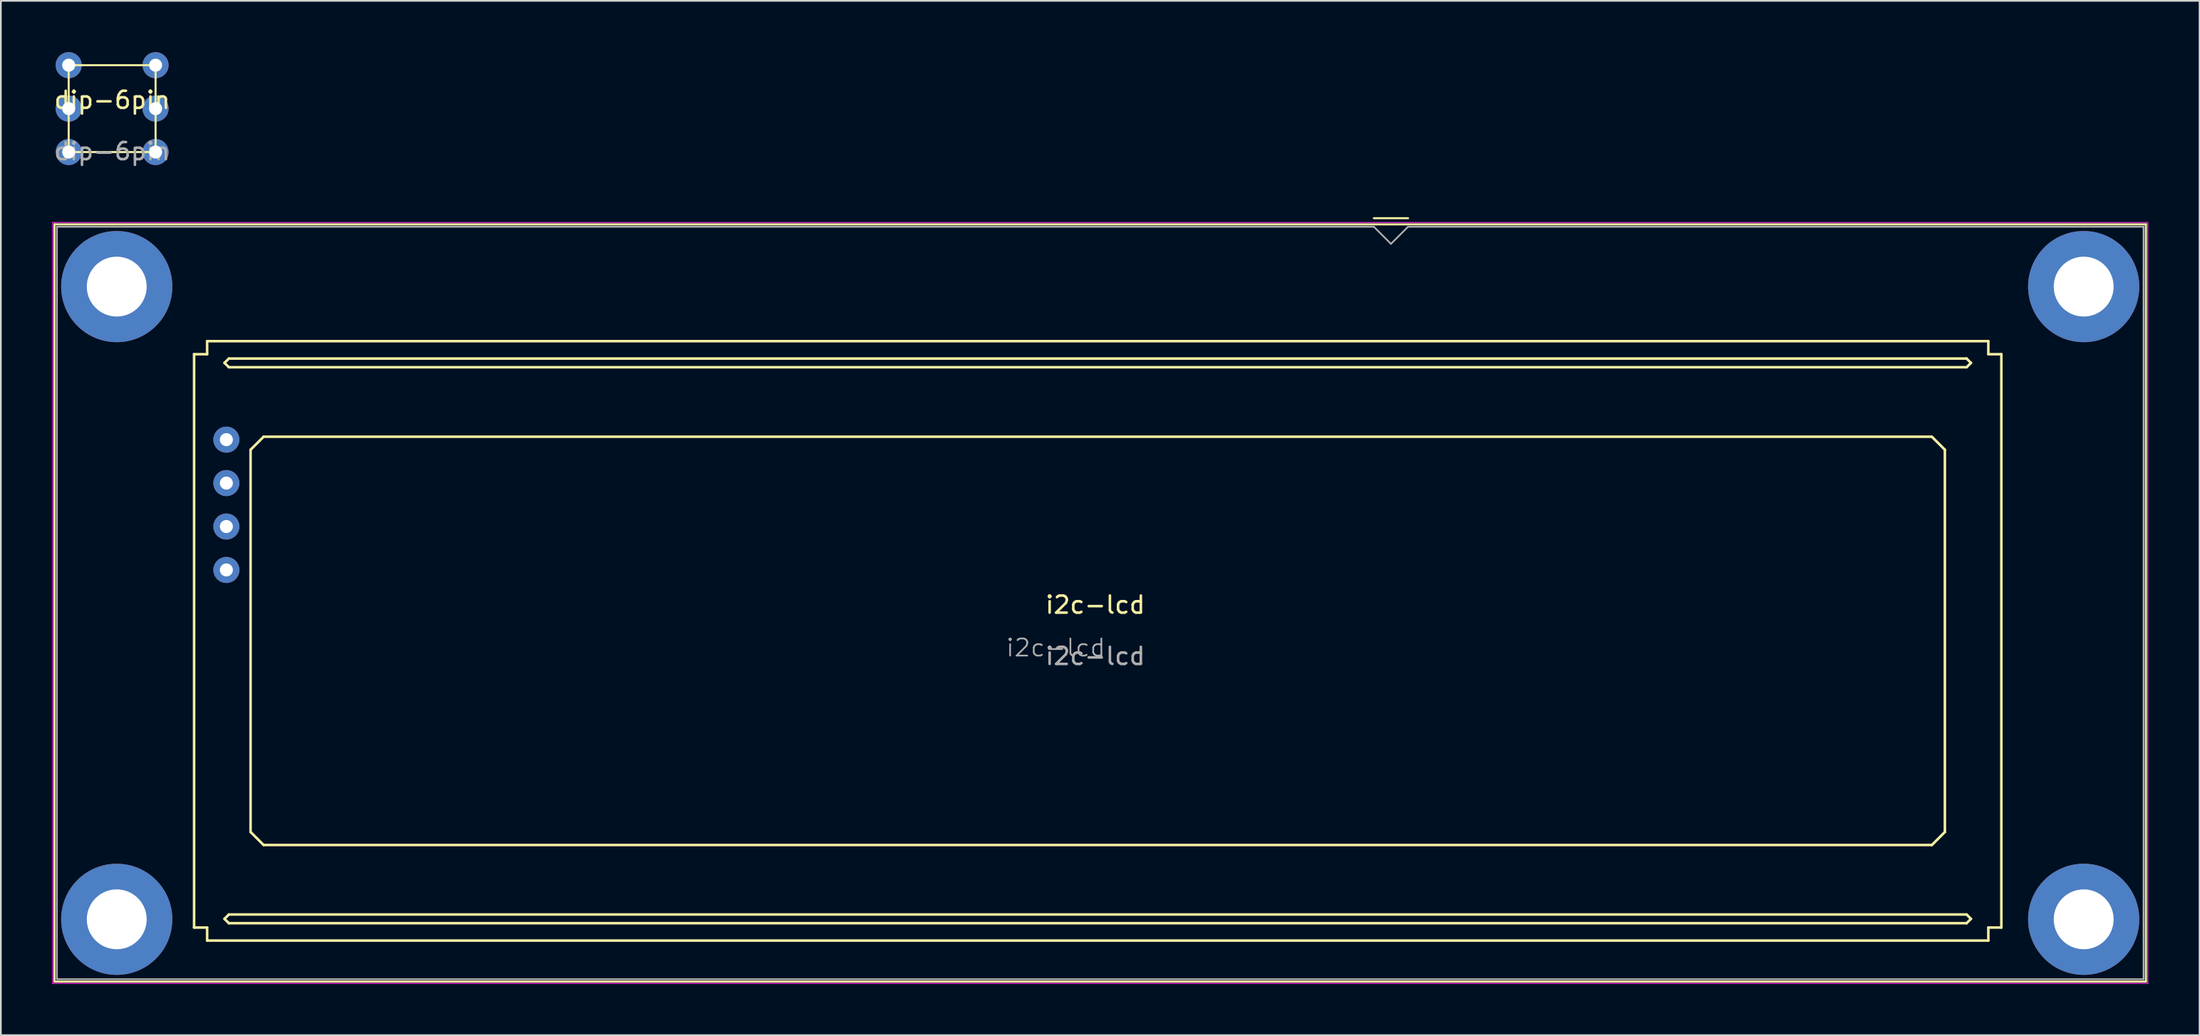
<source format=kicad_pcb>
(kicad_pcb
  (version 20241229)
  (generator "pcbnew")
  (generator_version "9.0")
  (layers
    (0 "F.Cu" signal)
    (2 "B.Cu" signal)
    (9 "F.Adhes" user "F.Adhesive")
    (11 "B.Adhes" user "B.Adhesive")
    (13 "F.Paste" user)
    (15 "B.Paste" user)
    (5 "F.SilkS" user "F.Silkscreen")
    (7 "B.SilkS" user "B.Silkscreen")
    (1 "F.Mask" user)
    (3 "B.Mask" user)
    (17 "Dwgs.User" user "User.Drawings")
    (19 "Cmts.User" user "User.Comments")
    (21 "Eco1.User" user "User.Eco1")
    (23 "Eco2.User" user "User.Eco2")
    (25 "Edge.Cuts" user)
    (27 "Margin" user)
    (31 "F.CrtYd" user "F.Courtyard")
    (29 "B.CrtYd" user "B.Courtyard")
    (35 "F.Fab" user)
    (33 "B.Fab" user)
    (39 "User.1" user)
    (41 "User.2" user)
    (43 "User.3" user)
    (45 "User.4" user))
  (footprint "dip-6pin"
    (layer "F.Cu")
    (at 3.506 3.302)
    (property "Reference" "dip-6pin" (at 0 -0.5 0) (unlocked yes) (layer "F.SilkS") (effects (font (size 1 1) (thickness 0.15))))
    (attr through_hole)
    (fp_rect (start -2.54 -2.54) (end 2.54 2.54) (stroke (width 0.12) (type solid)) (fill no) (layer "F.SilkS"))
    (fp_text user "${REFERENCE}" (at 0 2.5 0) (unlocked yes) (layer "F.Fab") (effects (font (size 1 1) (thickness 0.15))))
    (pad "1" thru_hole circle (at -2.54 -2.54) (size 1.524 1.524) (drill 0.762) (layers "*.Cu" "*.Mask"))
    (pad "2" thru_hole circle (at 2.54 -2.54) (size 1.524 1.524) (drill 0.762) (layers "*.Cu" "*.Mask"))
    (pad "3" thru_hole circle (at -2.54 0) (size 1.524 1.524) (drill 0.762) (layers "*.Cu" "*.Mask"))
    (pad "4" thru_hole circle (at 2.54 0) (size 1.524 1.524) (drill 0.762) (layers "*.Cu" "*.Mask"))
    (pad "5" thru_hole circle (at -2.54 2.54) (size 1.524 1.524) (drill 0.762) (layers "*.Cu" "*.Mask"))
    (pad "6" thru_hole circle (at 2.54 2.54) (size 1.524 1.524) (drill 0.762) (layers "*.Cu" "*.Mask")))
  (footprint "i2c-lcd"
    (layer "F.Cu")
    (at 60.985 32.82)
    (property "Reference" "i2c-lcd" (at 0 -0.5 0) (unlocked yes) (layer "F.SilkS") (effects (font (size 1 1) (thickness 0.15))))
    (attr through_hole)
    (fp_line (start -60.85 -22.75) (end -60.85 21.53) (stroke (width 0.12) (type solid)) (layer "F.SilkS"))
    (fp_line (start -60.85 21.53) (end 61.43 21.53) (stroke (width 0.12) (type solid)) (layer "F.SilkS"))
    (fp_line (start -52.687 -15.157) (end -52.687 18.371) (stroke (width 0.15) (type solid)) (layer "F.SilkS"))
    (fp_line (start -51.925 -15.919) (end -51.925 -15.157) (stroke (width 0.15) (type solid)) (layer "F.SilkS"))
    (fp_line (start -51.925 -15.157) (end -52.687 -15.157) (stroke (width 0.15) (type solid)) (layer "F.SilkS"))
    (fp_line (start -51.925 18.371) (end -52.687 18.371) (stroke (width 0.15) (type solid)) (layer "F.SilkS"))
    (fp_line (start -51.925 19.133) (end -51.925 18.371) (stroke (width 0.15) (type solid)) (layer "F.SilkS"))
    (fp_line (start -51.925 19.133) (end 52.215 19.133) (stroke (width 0.15) (type solid)) (layer "F.SilkS"))
    (fp_line (start -50.909 -14.649) (end -50.655 -14.395) (stroke (width 0.15) (type solid)) (layer "F.SilkS"))
    (fp_line (start -50.909 17.863) (end -50.655 18.117) (stroke (width 0.15) (type solid)) (layer "F.SilkS"))
    (fp_line (start -50.655 -14.903) (end -50.909 -14.649) (stroke (width 0.15) (type solid)) (layer "F.SilkS"))
    (fp_line (start -50.655 -14.395) (end 50.945 -14.395) (stroke (width 0.15) (type solid)) (layer "F.SilkS"))
    (fp_line (start -50.655 17.609) (end -50.909 17.863) (stroke (width 0.15) (type solid)) (layer "F.SilkS"))
    (fp_line (start -50.655 18.117) (end 50.945 18.117) (stroke (width 0.15) (type solid)) (layer "F.SilkS"))
    (fp_line (start -49.385 -9.569) (end -48.623 -10.331) (stroke (width 0.15) (type solid)) (layer "F.SilkS"))
    (fp_line (start -49.385 12.783) (end -49.385 -9.569) (stroke (width 0.15) (type solid)) (layer "F.SilkS"))
    (fp_line (start -48.623 -10.331) (end 48.913 -10.331) (stroke (width 0.15) (type solid)) (layer "F.SilkS"))
    (fp_line (start -48.623 13.545) (end -49.385 12.783) (stroke (width 0.15) (type solid)) (layer "F.SilkS"))
    (fp_line (start 16.29 -23.11) (end 18.29 -23.11) (stroke (width 0.12) (type solid)) (layer "F.SilkS"))
    (fp_line (start 48.913 -10.331) (end 49.675 -9.569) (stroke (width 0.15) (type solid)) (layer "F.SilkS"))
    (fp_line (start 48.913 13.545) (end -48.623 13.545) (stroke (width 0.15) (type solid)) (layer "F.SilkS"))
    (fp_line (start 49.675 -9.569) (end 49.675 12.783) (stroke (width 0.15) (type solid)) (layer "F.SilkS"))
    (fp_line (start 49.675 12.783) (end 48.913 13.545) (stroke (width 0.15) (type solid)) (layer "F.SilkS"))
    (fp_line (start 50.945 -14.903) (end -50.655 -14.903) (stroke (width 0.15) (type solid)) (layer "F.SilkS"))
    (fp_line (start 50.945 -14.903) (end 51.199 -14.649) (stroke (width 0.15) (type solid)) (layer "F.SilkS"))
    (fp_line (start 50.945 17.609) (end -50.655 17.609) (stroke (width 0.15) (type solid)) (layer "F.SilkS"))
    (fp_line (start 50.945 18.117) (end 51.199 17.863) (stroke (width 0.15) (type solid)) (layer "F.SilkS"))
    (fp_line (start 51.199 -14.649) (end 50.945 -14.395) (stroke (width 0.15) (type solid)) (layer "F.SilkS"))
    (fp_line (start 51.199 17.863) (end 50.945 17.609) (stroke (width 0.15) (type solid)) (layer "F.SilkS"))
    (fp_line (start 52.215 -15.919) (end -51.925 -15.919) (stroke (width 0.15) (type solid)) (layer "F.SilkS"))
    (fp_line (start 52.215 -15.919) (end 52.215 -15.157) (stroke (width 0.15) (type solid)) (layer "F.SilkS"))
    (fp_line (start 52.215 -15.157) (end 52.977 -15.157) (stroke (width 0.15) (type solid)) (layer "F.SilkS"))
    (fp_line (start 52.215 18.371) (end 52.215 19.133) (stroke (width 0.15) (type solid)) (layer "F.SilkS"))
    (fp_line (start 52.977 18.371) (end 52.215 18.371) (stroke (width 0.15) (type solid)) (layer "F.SilkS"))
    (fp_line (start 52.977 18.371) (end 52.977 -15.157) (stroke (width 0.15) (type solid)) (layer "F.SilkS"))
    (fp_line (start 61.43 -22.75) (end -60.85 -22.75) (stroke (width 0.12) (type solid)) (layer "F.SilkS"))
    (fp_line (start 61.43 -22.75) (end 61.43 21.53) (stroke (width 0.12) (type solid)) (layer "F.SilkS"))
    (fp_line (start -60.96 -22.86) (end -60.96 21.64) (stroke (width 0.05) (type solid)) (layer "F.CrtYd"))
    (fp_line (start -60.96 -22.86) (end 61.54 -22.86) (stroke (width 0.05) (type solid)) (layer "F.CrtYd"))
    (fp_line (start -60.96 21.64) (end 61.54 21.64) (stroke (width 0.05) (type solid)) (layer "F.CrtYd"))
    (fp_line (start 61.54 -22.86) (end 61.54 21.64) (stroke (width 0.05) (type solid)) (layer "F.CrtYd"))
    (fp_line (start -60.71 -22.61) (end 16.29 -22.61) (stroke (width 0.1) (type solid)) (layer "F.Fab"))
    (fp_line (start -60.71 21.39) (end -60.71 -22.61) (stroke (width 0.1) (type solid)) (layer "F.Fab"))
    (fp_line (start 17.29 -21.61) (end 16.29 -22.61) (stroke (width 0.1) (type solid)) (layer "F.Fab"))
    (fp_line (start 18.29 -22.61) (end 17.29 -21.61) (stroke (width 0.1) (type solid)) (layer "F.Fab"))
    (fp_line (start 18.29 -22.61) (end 61.29 -22.61) (stroke (width 0.1) (type solid)) (layer "F.Fab"))
    (fp_line (start 61.29 -22.61) (end 61.29 21.39) (stroke (width 0.1) (type solid)) (layer "F.Fab"))
    (fp_line (start 61.29 21.39) (end -60.71 21.39) (stroke (width 0.1) (type solid)) (layer "F.Fab"))
    (fp_text user "${REFERENCE}" (at -2.31 2.01 0) (layer "F.Fab") (effects (font (size 1 1) (thickness 0.1))))
    (fp_text user "${REFERENCE}" (at 0 2.5 0) (unlocked yes) (layer "F.Fab") (effects (font (size 1 1) (thickness 0.15))))
    (pad "" thru_hole circle (at -57.21 -19.11 180) (size 6.5 6.5) (drill 3.5) (layers "*.Cu" "*.Mask"))
    (pad "" thru_hole circle (at -57.21 17.89 180) (size 6.5 6.5) (drill 3.5) (layers "*.Cu" "*.Mask"))
    (pad "" thru_hole circle (at 57.79 -19.11 180) (size 6.5 6.5) (drill 3.5) (layers "*.Cu" "*.Mask"))
    (pad "" thru_hole circle (at 57.79 17.89 180) (size 6.5 6.5) (drill 3.5) (layers "*.Cu" "*.Mask"))
    (pad "1" thru_hole circle (at -50.8 -10.16) (size 1.524 1.524) (drill 0.762) (layers "*.Cu" "*.Mask"))
    (pad "2" thru_hole circle (at -50.8 -7.62) (size 1.524 1.524) (drill 0.762) (layers "*.Cu" "*.Mask"))
    (pad "3" thru_hole circle (at -50.8 -5.08) (size 1.524 1.524) (drill 0.762) (layers "*.Cu" "*.Mask"))
    (pad "4" thru_hole circle (at -50.8 -2.54) (size 1.524 1.524) (drill 0.762) (layers "*.Cu" "*.Mask")))
  (gr_rect
    (start -3 -3)
    (end 125.55 57.485)
    (stroke (width 0.1) (type default))
    (fill no)
    (layer "Edge.Cuts")))
</source>
